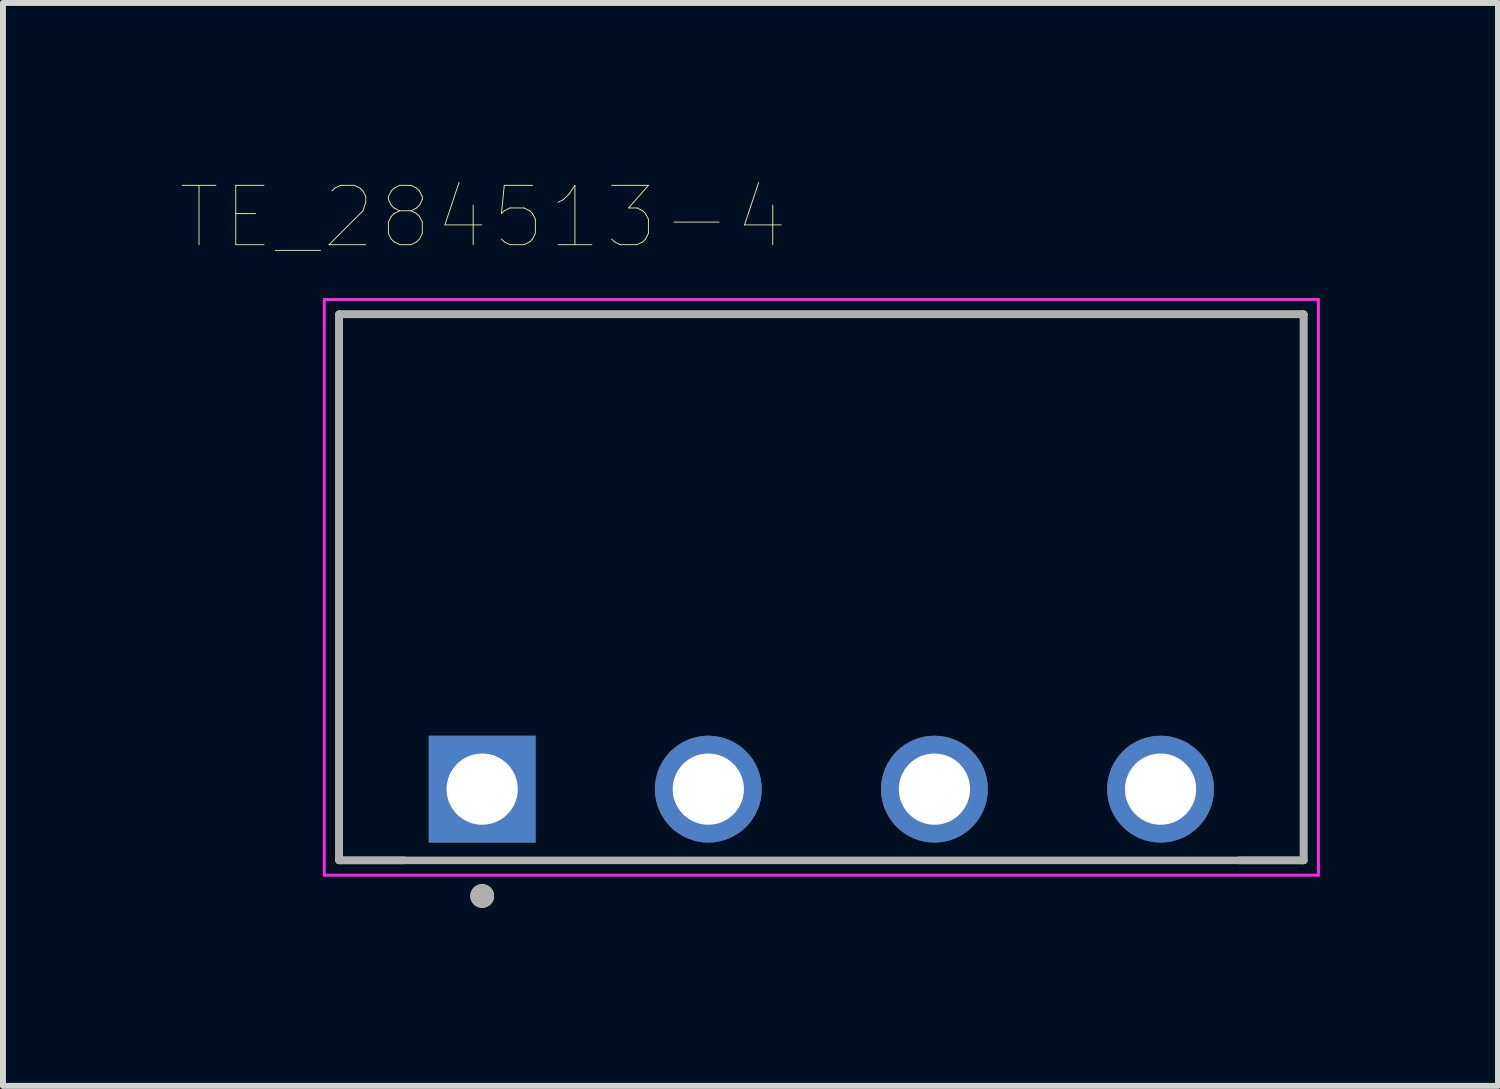
<source format=kicad_pcb>
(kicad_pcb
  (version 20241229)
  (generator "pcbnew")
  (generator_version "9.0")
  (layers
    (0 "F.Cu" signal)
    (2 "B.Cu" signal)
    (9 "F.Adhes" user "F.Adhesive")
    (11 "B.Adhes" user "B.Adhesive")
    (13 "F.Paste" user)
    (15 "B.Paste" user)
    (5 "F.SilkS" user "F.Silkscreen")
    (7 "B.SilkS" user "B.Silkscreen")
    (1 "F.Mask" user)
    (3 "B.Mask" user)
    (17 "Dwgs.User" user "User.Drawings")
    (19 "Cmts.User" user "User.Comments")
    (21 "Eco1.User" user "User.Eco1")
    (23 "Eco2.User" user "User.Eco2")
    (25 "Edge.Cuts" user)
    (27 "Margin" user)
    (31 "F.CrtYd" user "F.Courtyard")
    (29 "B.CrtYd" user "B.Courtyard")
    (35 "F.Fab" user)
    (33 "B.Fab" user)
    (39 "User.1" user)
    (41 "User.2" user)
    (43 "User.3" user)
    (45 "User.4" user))
  (footprint "TE_284513-4"
    (layer "F.Cu")
    (at 10.789 10.246)
    (property "Reference" "TE_284513-4" (at -5.7 -9.635 0) (layer "F.SilkS") (effects (font (size 1 1) (thickness 0.015))))
    (attr through_hole)
    (fp_line (start -8.125 -8) (end 8.125 -8) (stroke (width 0.127) (type solid)) (layer "F.SilkS"))
    (fp_line (start -8.125 1.2) (end -8.125 -8) (stroke (width 0.127) (type solid)) (layer "F.SilkS"))
    (fp_line (start -8.125 1.2) (end -7.035 1.2) (stroke (width 0.127) (type solid)) (layer "F.SilkS"))
    (fp_line (start 7.035 1.2) (end 8.125 1.2) (stroke (width 0.127) (type solid)) (layer "F.SilkS"))
    (fp_line (start 8.125 -8) (end 8.125 1.2) (stroke (width 0.127) (type solid)) (layer "F.SilkS"))
    (fp_circle (center -5.715 1.8) (end -5.615 1.8) (stroke (width 0.2) (type solid)) (fill no) (layer "F.SilkS"))
    (fp_line (start -8.375 -8.25) (end 8.375 -8.25) (stroke (width 0.05) (type solid)) (layer "F.CrtYd"))
    (fp_line (start -8.375 1.45) (end -8.375 -8.25) (stroke (width 0.05) (type solid)) (layer "F.CrtYd"))
    (fp_line (start 8.375 -8.25) (end 8.375 1.45) (stroke (width 0.05) (type solid)) (layer "F.CrtYd"))
    (fp_line (start 8.375 1.45) (end -8.375 1.45) (stroke (width 0.05) (type solid)) (layer "F.CrtYd"))
    (fp_line (start -8.125 -8) (end 8.125 -8) (stroke (width 0.127) (type solid)) (layer "F.Fab"))
    (fp_line (start -8.125 1.2) (end -8.125 -8) (stroke (width 0.127) (type solid)) (layer "F.Fab"))
    (fp_line (start 8.125 -8) (end 8.125 1.2) (stroke (width 0.127) (type solid)) (layer "F.Fab"))
    (fp_line (start 8.125 1.2) (end -8.125 1.2) (stroke (width 0.127) (type solid)) (layer "F.Fab"))
    (fp_circle (center -5.715 1.8) (end -5.615 1.8) (stroke (width 0.2) (type solid)) (fill no) (layer "F.Fab"))
    (pad "1" thru_hole rect (at -5.715 0) (size 1.8 1.8) (drill 1.2) (layers "*.Cu" "*.Mask"))
    (pad "2" thru_hole circle (at -1.905 0) (size 1.8 1.8) (drill 1.2) (layers "*.Cu" "*.Mask"))
    (pad "3" thru_hole circle (at 1.905 0) (size 1.8 1.8) (drill 1.2) (layers "*.Cu" "*.Mask"))
    (pad "4" thru_hole circle (at 5.715 0) (size 1.8 1.8) (drill 1.2) (layers "*.Cu" "*.Mask")))
  (gr_rect
    (start -3 -3)
    (end 22.189 15.246)
    (stroke (width 0.1) (type default))
    (fill no)
    (layer "Edge.Cuts")))
</source>
